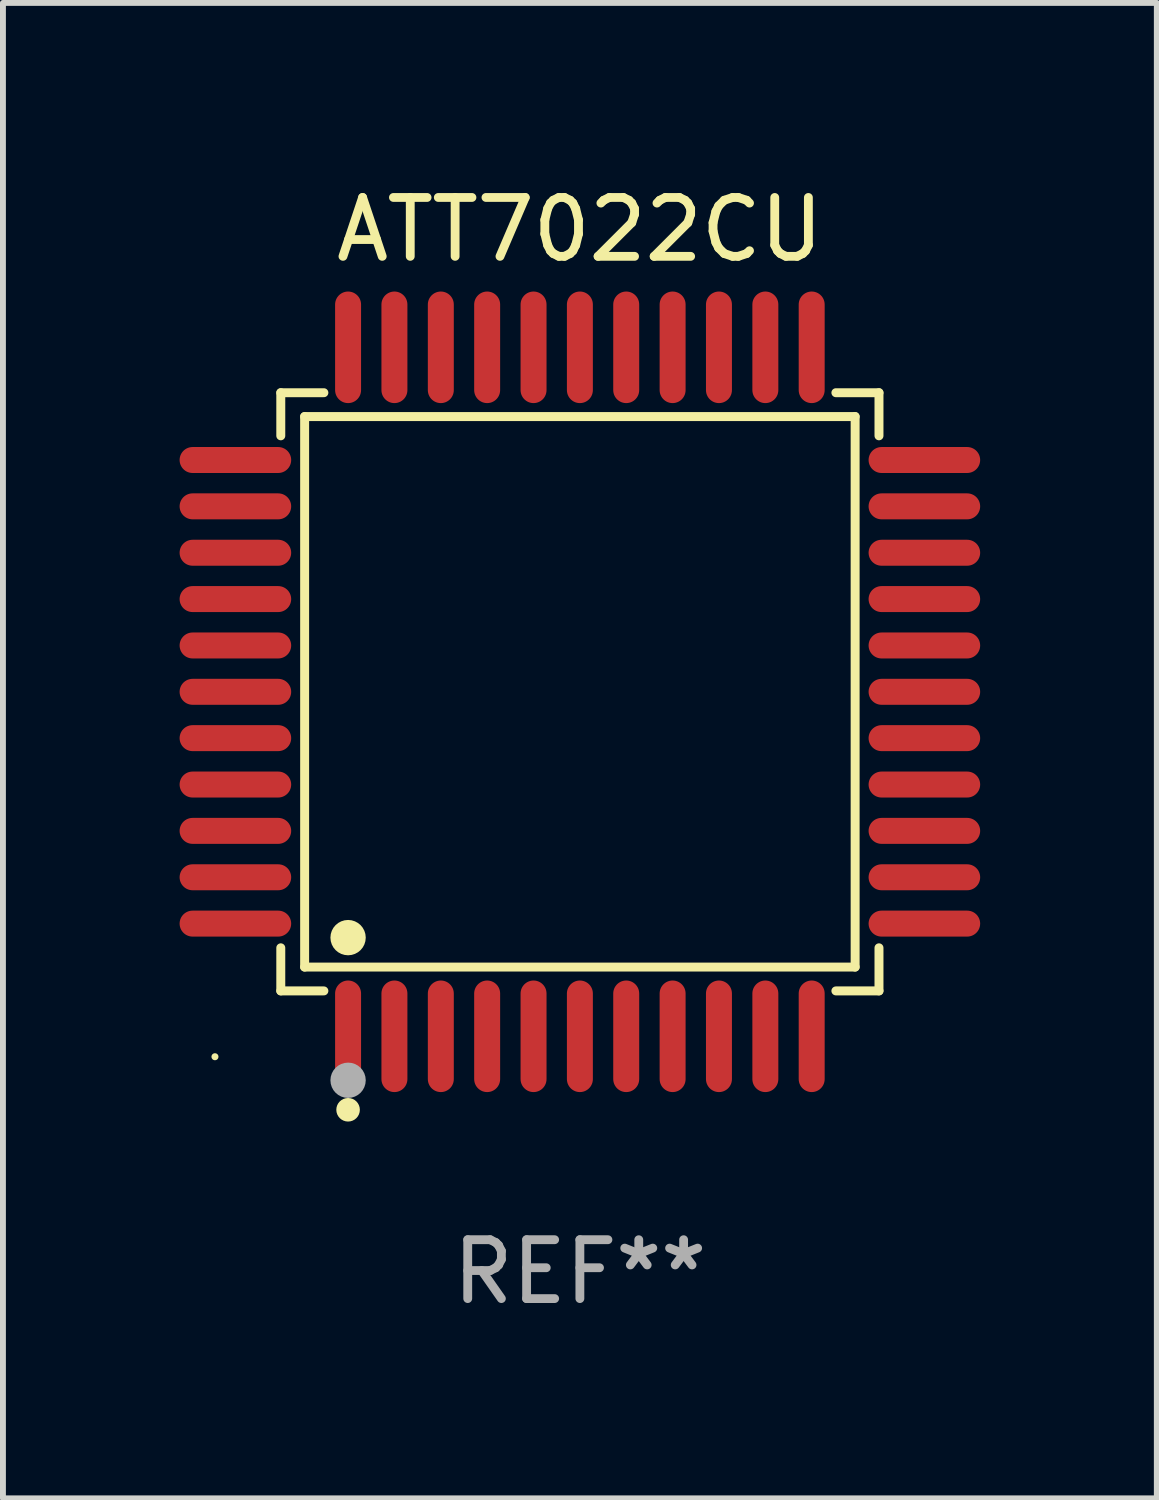
<source format=kicad_pcb>
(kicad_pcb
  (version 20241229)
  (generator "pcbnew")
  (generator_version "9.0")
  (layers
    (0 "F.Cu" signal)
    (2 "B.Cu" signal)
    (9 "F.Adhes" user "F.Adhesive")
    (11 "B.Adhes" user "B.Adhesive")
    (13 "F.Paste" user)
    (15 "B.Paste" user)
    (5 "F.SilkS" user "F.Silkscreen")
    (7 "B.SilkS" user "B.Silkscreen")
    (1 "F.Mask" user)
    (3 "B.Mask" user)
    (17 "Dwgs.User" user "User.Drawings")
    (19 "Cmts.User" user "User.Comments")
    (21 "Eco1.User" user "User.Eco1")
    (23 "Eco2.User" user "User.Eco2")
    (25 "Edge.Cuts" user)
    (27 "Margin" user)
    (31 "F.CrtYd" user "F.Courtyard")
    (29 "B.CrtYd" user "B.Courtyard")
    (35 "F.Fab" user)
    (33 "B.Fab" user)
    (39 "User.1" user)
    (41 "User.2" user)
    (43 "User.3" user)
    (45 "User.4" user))
  (footprint "ATT7022CU"
    (layer "F.Cu")
    (at 6.799 8.7)
    (property "Reference" "ATT7022CU" (at 0 -7.851 0) (layer "F.SilkS") (effects (font (size 1 1) (thickness 0.15))))
    (attr through_hole)
    (fp_line (start -5.08 -5.08) (end -4.348 -5.08) (stroke (width 0.152) (type solid)) (layer "F.SilkS"))
    (fp_line (start -5.08 -4.348) (end -5.08 -5.08) (stroke (width 0.152) (type solid)) (layer "F.SilkS"))
    (fp_line (start -5.08 4.348) (end -5.08 5.08) (stroke (width 0.152) (type solid)) (layer "F.SilkS"))
    (fp_line (start -5.08 5.08) (end -4.348 5.08) (stroke (width 0.152) (type solid)) (layer "F.SilkS"))
    (fp_line (start -4.675 -4.675) (end 4.675 -4.675) (stroke (width 0.152) (type solid)) (layer "F.SilkS"))
    (fp_line (start -4.675 4.675) (end -4.675 -4.675) (stroke (width 0.152) (type solid)) (layer "F.SilkS"))
    (fp_line (start 4.675 -4.675) (end 4.675 4.675) (stroke (width 0.152) (type solid)) (layer "F.SilkS"))
    (fp_line (start 4.675 4.675) (end -4.675 4.675) (stroke (width 0.152) (type solid)) (layer "F.SilkS"))
    (fp_line (start 5.08 -5.08) (end 4.348 -5.08) (stroke (width 0.152) (type solid)) (layer "F.SilkS"))
    (fp_line (start 5.08 -4.348) (end 5.08 -5.08) (stroke (width 0.152) (type solid)) (layer "F.SilkS"))
    (fp_line (start 5.08 4.348) (end 5.08 5.08) (stroke (width 0.152) (type solid)) (layer "F.SilkS"))
    (fp_line (start 5.08 5.08) (end 4.348 5.08) (stroke (width 0.152) (type solid)) (layer "F.SilkS"))
    (fp_circle (center -6.198 6.198) (end -6.168 6.198) (stroke (width 0.06) (type solid)) (fill no) (layer "F.SilkS"))
    (fp_circle (center -3.937 4.175) (end -3.787 4.175) (stroke (width 0.3) (type solid)) (fill no) (layer "F.SilkS"))
    (fp_circle (center -3.937 7.099) (end -3.837 7.099) (stroke (width 0.2) (type solid)) (fill no) (layer "F.SilkS"))
    (fp_circle (center -3.937 6.598) (end -3.787 6.598) (stroke (width 0.3) (type solid)) (fill no) (layer "F.Fab"))
    (fp_text user "REF**" (at 0 9.851 0) (layer "F.Fab") (effects (font (size 1 1) (thickness 0.15))))
    (pad "1" smd oval (at -3.937 5.851) (size 0.441 1.895) (layers "F.Cu" "F.Mask" "F.Paste"))
    (pad "2" smd oval (at -3.15 5.851) (size 0.441 1.895) (layers "F.Cu" "F.Mask" "F.Paste"))
    (pad "3" smd oval (at -2.362 5.851) (size 0.441 1.895) (layers "F.Cu" "F.Mask" "F.Paste"))
    (pad "4" smd oval (at -1.575 5.851) (size 0.441 1.895) (layers "F.Cu" "F.Mask" "F.Paste"))
    (pad "5" smd oval (at -0.787 5.851) (size 0.441 1.895) (layers "F.Cu" "F.Mask" "F.Paste"))
    (pad "6" smd oval (at 0 5.851) (size 0.441 1.895) (layers "F.Cu" "F.Mask" "F.Paste"))
    (pad "7" smd oval (at 0.787 5.851) (size 0.441 1.895) (layers "F.Cu" "F.Mask" "F.Paste"))
    (pad "8" smd oval (at 1.575 5.851) (size 0.441 1.895) (layers "F.Cu" "F.Mask" "F.Paste"))
    (pad "9" smd oval (at 2.362 5.851) (size 0.441 1.895) (layers "F.Cu" "F.Mask" "F.Paste"))
    (pad "10" smd oval (at 3.15 5.851) (size 0.441 1.895) (layers "F.Cu" "F.Mask" "F.Paste"))
    (pad "11" smd oval (at 3.937 5.851) (size 0.441 1.895) (layers "F.Cu" "F.Mask" "F.Paste"))
    (pad "12" smd oval (at 5.851 3.937) (size 1.895 0.441) (layers "F.Cu" "F.Mask" "F.Paste"))
    (pad "13" smd oval (at 5.851 3.15) (size 1.895 0.441) (layers "F.Cu" "F.Mask" "F.Paste"))
    (pad "14" smd oval (at 5.851 2.362) (size 1.895 0.441) (layers "F.Cu" "F.Mask" "F.Paste"))
    (pad "15" smd oval (at 5.851 1.575) (size 1.895 0.441) (layers "F.Cu" "F.Mask" "F.Paste"))
    (pad "16" smd oval (at 5.851 0.787) (size 1.895 0.441) (layers "F.Cu" "F.Mask" "F.Paste"))
    (pad "17" smd oval (at 5.851 0) (size 1.895 0.441) (layers "F.Cu" "F.Mask" "F.Paste"))
    (pad "18" smd oval (at 5.851 -0.787) (size 1.895 0.441) (layers "F.Cu" "F.Mask" "F.Paste"))
    (pad "19" smd oval (at 5.851 -1.575) (size 1.895 0.441) (layers "F.Cu" "F.Mask" "F.Paste"))
    (pad "20" smd oval (at 5.851 -2.362) (size 1.895 0.441) (layers "F.Cu" "F.Mask" "F.Paste"))
    (pad "21" smd oval (at 5.851 -3.15) (size 1.895 0.441) (layers "F.Cu" "F.Mask" "F.Paste"))
    (pad "22" smd oval (at 5.851 -3.937) (size 1.895 0.441) (layers "F.Cu" "F.Mask" "F.Paste"))
    (pad "23" smd oval (at 3.937 -5.851) (size 0.441 1.895) (layers "F.Cu" "F.Mask" "F.Paste"))
    (pad "24" smd oval (at 3.15 -5.851) (size 0.441 1.895) (layers "F.Cu" "F.Mask" "F.Paste"))
    (pad "25" smd oval (at 2.362 -5.851) (size 0.441 1.895) (layers "F.Cu" "F.Mask" "F.Paste"))
    (pad "26" smd oval (at 1.575 -5.851) (size 0.441 1.895) (layers "F.Cu" "F.Mask" "F.Paste"))
    (pad "27" smd oval (at 0.787 -5.851) (size 0.441 1.895) (layers "F.Cu" "F.Mask" "F.Paste"))
    (pad "28" smd oval (at 0 -5.851) (size 0.441 1.895) (layers "F.Cu" "F.Mask" "F.Paste"))
    (pad "29" smd oval (at -0.787 -5.851) (size 0.441 1.895) (layers "F.Cu" "F.Mask" "F.Paste"))
    (pad "30" smd oval (at -1.575 -5.851) (size 0.441 1.895) (layers "F.Cu" "F.Mask" "F.Paste"))
    (pad "31" smd oval (at -2.362 -5.851) (size 0.441 1.895) (layers "F.Cu" "F.Mask" "F.Paste"))
    (pad "32" smd oval (at -3.15 -5.851) (size 0.441 1.895) (layers "F.Cu" "F.Mask" "F.Paste"))
    (pad "33" smd oval (at -3.937 -5.851) (size 0.441 1.895) (layers "F.Cu" "F.Mask" "F.Paste"))
    (pad "34" smd oval (at -5.851 -3.937) (size 1.895 0.441) (layers "F.Cu" "F.Mask" "F.Paste"))
    (pad "35" smd oval (at -5.851 -3.15) (size 1.895 0.441) (layers "F.Cu" "F.Mask" "F.Paste"))
    (pad "36" smd oval (at -5.851 -2.362) (size 1.895 0.441) (layers "F.Cu" "F.Mask" "F.Paste"))
    (pad "37" smd oval (at -5.851 -1.575) (size 1.895 0.441) (layers "F.Cu" "F.Mask" "F.Paste"))
    (pad "38" smd oval (at -5.851 -0.787) (size 1.895 0.441) (layers "F.Cu" "F.Mask" "F.Paste"))
    (pad "39" smd oval (at -5.851 0) (size 1.895 0.441) (layers "F.Cu" "F.Mask" "F.Paste"))
    (pad "40" smd oval (at -5.851 0.787) (size 1.895 0.441) (layers "F.Cu" "F.Mask" "F.Paste"))
    (pad "41" smd oval (at -5.851 1.575) (size 1.895 0.441) (layers "F.Cu" "F.Mask" "F.Paste"))
    (pad "42" smd oval (at -5.851 2.362) (size 1.895 0.441) (layers "F.Cu" "F.Mask" "F.Paste"))
    (pad "43" smd oval (at -5.851 3.15) (size 1.895 0.441) (layers "F.Cu" "F.Mask" "F.Paste"))
    (pad "44" smd oval (at -5.851 3.937) (size 1.895 0.441) (layers "F.Cu" "F.Mask" "F.Paste")))
  (gr_rect
    (start -3 -3)
    (end 16.598 22.399)
    (stroke (width 0.1) (type default))
    (fill no)
    (layer "Edge.Cuts")))
</source>
